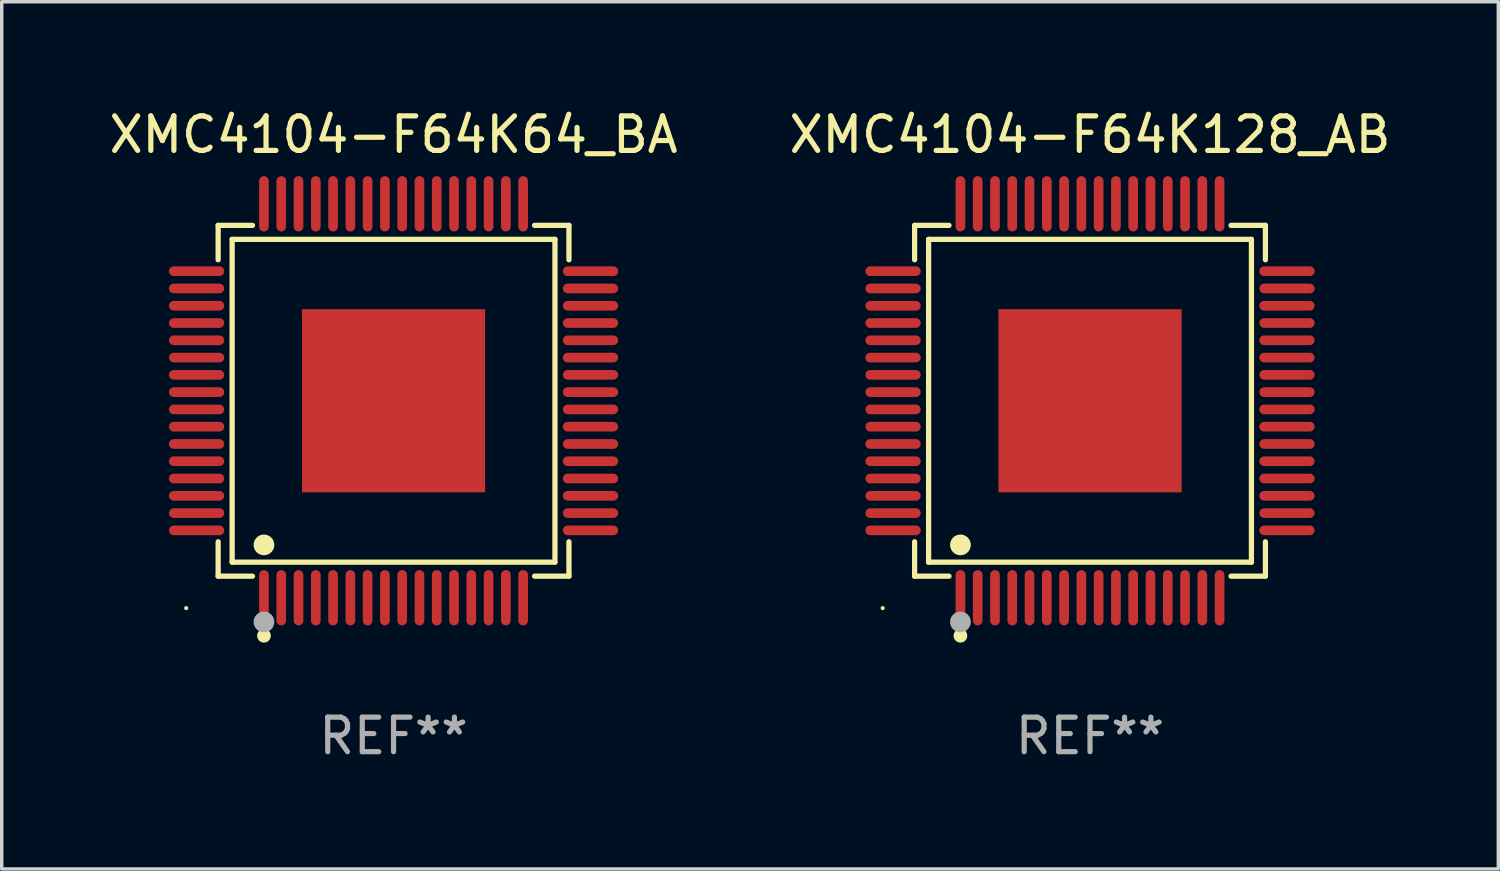
<source format=kicad_pcb>
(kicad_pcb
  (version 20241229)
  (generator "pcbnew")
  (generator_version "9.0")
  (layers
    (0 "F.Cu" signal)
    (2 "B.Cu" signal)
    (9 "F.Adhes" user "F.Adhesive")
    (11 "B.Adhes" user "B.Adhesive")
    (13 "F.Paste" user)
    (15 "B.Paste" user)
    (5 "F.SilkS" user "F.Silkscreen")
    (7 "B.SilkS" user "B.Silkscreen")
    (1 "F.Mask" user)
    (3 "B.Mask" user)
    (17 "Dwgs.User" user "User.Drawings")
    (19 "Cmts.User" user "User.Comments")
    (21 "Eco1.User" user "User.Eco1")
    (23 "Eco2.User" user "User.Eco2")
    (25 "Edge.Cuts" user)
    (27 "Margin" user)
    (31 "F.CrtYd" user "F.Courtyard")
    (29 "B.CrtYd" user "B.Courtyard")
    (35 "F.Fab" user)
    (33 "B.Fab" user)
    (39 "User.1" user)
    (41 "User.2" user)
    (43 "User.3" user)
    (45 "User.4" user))
  (footprint "XMC4104-F64K64_BA"
    (layer "F.Cu")
    (at 8.339 8.548)
    (property "Reference" "XMC4104-F64K64_BA" (at 0 -7.7 0) (layer "F.SilkS") (effects (font (size 1 1) (thickness 0.15))))
    (attr through_hole)
    (fp_line (start -5.076 -5.076) (end -4.081 -5.076) (stroke (width 0.152) (type solid)) (layer "F.SilkS"))
    (fp_line (start -5.076 -4.081) (end -5.076 -5.076) (stroke (width 0.152) (type solid)) (layer "F.SilkS"))
    (fp_line (start -5.076 4.081) (end -5.076 5.076) (stroke (width 0.152) (type solid)) (layer "F.SilkS"))
    (fp_line (start -5.076 5.076) (end -4.081 5.076) (stroke (width 0.152) (type solid)) (layer "F.SilkS"))
    (fp_line (start -4.671 -4.671) (end 4.671 -4.671) (stroke (width 0.152) (type solid)) (layer "F.SilkS"))
    (fp_line (start -4.671 4.671) (end -4.671 -4.671) (stroke (width 0.152) (type solid)) (layer "F.SilkS"))
    (fp_line (start 4.671 -4.671) (end 4.671 4.671) (stroke (width 0.152) (type solid)) (layer "F.SilkS"))
    (fp_line (start 4.671 4.671) (end -4.671 4.671) (stroke (width 0.152) (type solid)) (layer "F.SilkS"))
    (fp_line (start 5.076 -5.076) (end 4.081 -5.076) (stroke (width 0.152) (type solid)) (layer "F.SilkS"))
    (fp_line (start 5.076 -4.081) (end 5.076 -5.076) (stroke (width 0.152) (type solid)) (layer "F.SilkS"))
    (fp_line (start 5.076 4.081) (end 5.076 5.076) (stroke (width 0.152) (type solid)) (layer "F.SilkS"))
    (fp_line (start 5.076 5.076) (end 4.081 5.076) (stroke (width 0.152) (type solid)) (layer "F.SilkS"))
    (fp_circle (center -6 6) (end -5.97 6) (stroke (width 0.06) (type solid)) (fill no) (layer "F.SilkS"))
    (fp_circle (center -3.75 4.171) (end -3.6 4.171) (stroke (width 0.3) (type solid)) (fill no) (layer "F.SilkS"))
    (fp_circle (center -3.75 6.8) (end -3.65 6.8) (stroke (width 0.2) (type solid)) (fill no) (layer "F.SilkS"))
    (fp_circle (center -3.75 6.4) (end -3.6 6.4) (stroke (width 0.3) (type solid)) (fill no) (layer "F.Fab"))
    (fp_text user "REF**" (at 0 9.7 0) (layer "F.Fab") (effects (font (size 1 1) (thickness 0.15))))
    (pad "1" smd oval (at -3.75 5.7) (size 0.28 1.6) (layers "F.Cu" "F.Mask" "F.Paste"))
    (pad "2" smd oval (at -3.25 5.7) (size 0.28 1.6) (layers "F.Cu" "F.Mask" "F.Paste"))
    (pad "3" smd oval (at -2.75 5.7) (size 0.28 1.6) (layers "F.Cu" "F.Mask" "F.Paste"))
    (pad "4" smd oval (at -2.25 5.7) (size 0.28 1.6) (layers "F.Cu" "F.Mask" "F.Paste"))
    (pad "5" smd oval (at -1.75 5.7) (size 0.28 1.6) (layers "F.Cu" "F.Mask" "F.Paste"))
    (pad "6" smd oval (at -1.25 5.7) (size 0.28 1.6) (layers "F.Cu" "F.Mask" "F.Paste"))
    (pad "7" smd oval (at -0.75 5.7) (size 0.28 1.6) (layers "F.Cu" "F.Mask" "F.Paste"))
    (pad "8" smd oval (at -0.25 5.7) (size 0.28 1.6) (layers "F.Cu" "F.Mask" "F.Paste"))
    (pad "9" smd oval (at 0.25 5.7) (size 0.28 1.6) (layers "F.Cu" "F.Mask" "F.Paste"))
    (pad "10" smd oval (at 0.75 5.7) (size 0.28 1.6) (layers "F.Cu" "F.Mask" "F.Paste"))
    (pad "11" smd oval (at 1.25 5.7) (size 0.28 1.6) (layers "F.Cu" "F.Mask" "F.Paste"))
    (pad "12" smd oval (at 1.75 5.7) (size 0.28 1.6) (layers "F.Cu" "F.Mask" "F.Paste"))
    (pad "13" smd oval (at 2.25 5.7) (size 0.28 1.6) (layers "F.Cu" "F.Mask" "F.Paste"))
    (pad "14" smd oval (at 2.75 5.7) (size 0.28 1.6) (layers "F.Cu" "F.Mask" "F.Paste"))
    (pad "15" smd oval (at 3.25 5.7) (size 0.28 1.6) (layers "F.Cu" "F.Mask" "F.Paste"))
    (pad "16" smd oval (at 3.75 5.7) (size 0.28 1.6) (layers "F.Cu" "F.Mask" "F.Paste"))
    (pad "17" smd oval (at 5.7 3.75) (size 1.6 0.28) (layers "F.Cu" "F.Mask" "F.Paste"))
    (pad "18" smd oval (at 5.7 3.25) (size 1.6 0.28) (layers "F.Cu" "F.Mask" "F.Paste"))
    (pad "19" smd oval (at 5.7 2.75) (size 1.6 0.28) (layers "F.Cu" "F.Mask" "F.Paste"))
    (pad "20" smd oval (at 5.7 2.25) (size 1.6 0.28) (layers "F.Cu" "F.Mask" "F.Paste"))
    (pad "21" smd oval (at 5.7 1.75) (size 1.6 0.28) (layers "F.Cu" "F.Mask" "F.Paste"))
    (pad "22" smd oval (at 5.7 1.25) (size 1.6 0.28) (layers "F.Cu" "F.Mask" "F.Paste"))
    (pad "23" smd oval (at 5.7 0.75) (size 1.6 0.28) (layers "F.Cu" "F.Mask" "F.Paste"))
    (pad "24" smd oval (at 5.7 0.25) (size 1.6 0.28) (layers "F.Cu" "F.Mask" "F.Paste"))
    (pad "25" smd oval (at 5.7 -0.25) (size 1.6 0.28) (layers "F.Cu" "F.Mask" "F.Paste"))
    (pad "26" smd oval (at 5.7 -0.75) (size 1.6 0.28) (layers "F.Cu" "F.Mask" "F.Paste"))
    (pad "27" smd oval (at 5.7 -1.25) (size 1.6 0.28) (layers "F.Cu" "F.Mask" "F.Paste"))
    (pad "28" smd oval (at 5.7 -1.75) (size 1.6 0.28) (layers "F.Cu" "F.Mask" "F.Paste"))
    (pad "29" smd oval (at 5.7 -2.25) (size 1.6 0.28) (layers "F.Cu" "F.Mask" "F.Paste"))
    (pad "30" smd oval (at 5.7 -2.75) (size 1.6 0.28) (layers "F.Cu" "F.Mask" "F.Paste"))
    (pad "31" smd oval (at 5.7 -3.25) (size 1.6 0.28) (layers "F.Cu" "F.Mask" "F.Paste"))
    (pad "32" smd oval (at 5.7 -3.75) (size 1.6 0.28) (layers "F.Cu" "F.Mask" "F.Paste"))
    (pad "33" smd oval (at 3.75 -5.7) (size 0.28 1.6) (layers "F.Cu" "F.Mask" "F.Paste"))
    (pad "34" smd oval (at 3.25 -5.7) (size 0.28 1.6) (layers "F.Cu" "F.Mask" "F.Paste"))
    (pad "35" smd oval (at 2.75 -5.7) (size 0.28 1.6) (layers "F.Cu" "F.Mask" "F.Paste"))
    (pad "36" smd oval (at 2.25 -5.7) (size 0.28 1.6) (layers "F.Cu" "F.Mask" "F.Paste"))
    (pad "37" smd oval (at 1.75 -5.7) (size 0.28 1.6) (layers "F.Cu" "F.Mask" "F.Paste"))
    (pad "38" smd oval (at 1.25 -5.7) (size 0.28 1.6) (layers "F.Cu" "F.Mask" "F.Paste"))
    (pad "39" smd oval (at 0.75 -5.7) (size 0.28 1.6) (layers "F.Cu" "F.Mask" "F.Paste"))
    (pad "40" smd oval (at 0.25 -5.7) (size 0.28 1.6) (layers "F.Cu" "F.Mask" "F.Paste"))
    (pad "41" smd oval (at -0.25 -5.7) (size 0.28 1.6) (layers "F.Cu" "F.Mask" "F.Paste"))
    (pad "42" smd oval (at -0.75 -5.7) (size 0.28 1.6) (layers "F.Cu" "F.Mask" "F.Paste"))
    (pad "43" smd oval (at -1.25 -5.7) (size 0.28 1.6) (layers "F.Cu" "F.Mask" "F.Paste"))
    (pad "44" smd oval (at -1.75 -5.7) (size 0.28 1.6) (layers "F.Cu" "F.Mask" "F.Paste"))
    (pad "45" smd oval (at -2.25 -5.7) (size 0.28 1.6) (layers "F.Cu" "F.Mask" "F.Paste"))
    (pad "46" smd oval (at -2.75 -5.7) (size 0.28 1.6) (layers "F.Cu" "F.Mask" "F.Paste"))
    (pad "47" smd oval (at -3.25 -5.7) (size 0.28 1.6) (layers "F.Cu" "F.Mask" "F.Paste"))
    (pad "48" smd oval (at -3.75 -5.7) (size 0.28 1.6) (layers "F.Cu" "F.Mask" "F.Paste"))
    (pad "49" smd oval (at -5.7 -3.75) (size 1.6 0.28) (layers "F.Cu" "F.Mask" "F.Paste"))
    (pad "50" smd oval (at -5.7 -3.25) (size 1.6 0.28) (layers "F.Cu" "F.Mask" "F.Paste"))
    (pad "51" smd oval (at -5.7 -2.75) (size 1.6 0.28) (layers "F.Cu" "F.Mask" "F.Paste"))
    (pad "52" smd oval (at -5.7 -2.25) (size 1.6 0.28) (layers "F.Cu" "F.Mask" "F.Paste"))
    (pad "53" smd oval (at -5.7 -1.75) (size 1.6 0.28) (layers "F.Cu" "F.Mask" "F.Paste"))
    (pad "54" smd oval (at -5.7 -1.25) (size 1.6 0.28) (layers "F.Cu" "F.Mask" "F.Paste"))
    (pad "55" smd oval (at -5.7 -0.75) (size 1.6 0.28) (layers "F.Cu" "F.Mask" "F.Paste"))
    (pad "56" smd oval (at -5.7 -0.25) (size 1.6 0.28) (layers "F.Cu" "F.Mask" "F.Paste"))
    (pad "57" smd oval (at -5.7 0.25) (size 1.6 0.28) (layers "F.Cu" "F.Mask" "F.Paste"))
    (pad "58" smd oval (at -5.7 0.75) (size 1.6 0.28) (layers "F.Cu" "F.Mask" "F.Paste"))
    (pad "59" smd oval (at -5.7 1.25) (size 1.6 0.28) (layers "F.Cu" "F.Mask" "F.Paste"))
    (pad "60" smd oval (at -5.7 1.75) (size 1.6 0.28) (layers "F.Cu" "F.Mask" "F.Paste"))
    (pad "61" smd oval (at -5.7 2.25) (size 1.6 0.28) (layers "F.Cu" "F.Mask" "F.Paste"))
    (pad "62" smd oval (at -5.7 2.75) (size 1.6 0.28) (layers "F.Cu" "F.Mask" "F.Paste"))
    (pad "63" smd oval (at -5.7 3.25) (size 1.6 0.28) (layers "F.Cu" "F.Mask" "F.Paste"))
    (pad "64" smd oval (at -5.7 3.75) (size 1.6 0.28) (layers "F.Cu" "F.Mask" "F.Paste"))
    (pad "65" smd rect (at 0 0) (size 5.3 5.3) (layers "F.Cu" "F.Mask" "F.Paste")))
  (footprint "XMC4104-F64K128_AB"
    (layer "F.Cu")
    (at 28.494 8.548)
    (property "Reference" "XMC4104-F64K128_AB" (at 0 -7.7 0) (layer "F.SilkS") (effects (font (size 1 1) (thickness 0.15))))
    (attr through_hole)
    (fp_line (start -5.076 -5.076) (end -4.081 -5.076) (stroke (width 0.152) (type solid)) (layer "F.SilkS"))
    (fp_line (start -5.076 -4.081) (end -5.076 -5.076) (stroke (width 0.152) (type solid)) (layer "F.SilkS"))
    (fp_line (start -5.076 4.081) (end -5.076 5.076) (stroke (width 0.152) (type solid)) (layer "F.SilkS"))
    (fp_line (start -5.076 5.076) (end -4.081 5.076) (stroke (width 0.152) (type solid)) (layer "F.SilkS"))
    (fp_line (start -4.671 -4.671) (end 4.671 -4.671) (stroke (width 0.152) (type solid)) (layer "F.SilkS"))
    (fp_line (start -4.671 4.671) (end -4.671 -4.671) (stroke (width 0.152) (type solid)) (layer "F.SilkS"))
    (fp_line (start 4.671 -4.671) (end 4.671 4.671) (stroke (width 0.152) (type solid)) (layer "F.SilkS"))
    (fp_line (start 4.671 4.671) (end -4.671 4.671) (stroke (width 0.152) (type solid)) (layer "F.SilkS"))
    (fp_line (start 5.076 -5.076) (end 4.081 -5.076) (stroke (width 0.152) (type solid)) (layer "F.SilkS"))
    (fp_line (start 5.076 -4.081) (end 5.076 -5.076) (stroke (width 0.152) (type solid)) (layer "F.SilkS"))
    (fp_line (start 5.076 4.081) (end 5.076 5.076) (stroke (width 0.152) (type solid)) (layer "F.SilkS"))
    (fp_line (start 5.076 5.076) (end 4.081 5.076) (stroke (width 0.152) (type solid)) (layer "F.SilkS"))
    (fp_circle (center -6 6) (end -5.97 6) (stroke (width 0.06) (type solid)) (fill no) (layer "F.SilkS"))
    (fp_circle (center -3.75 4.171) (end -3.6 4.171) (stroke (width 0.3) (type solid)) (fill no) (layer "F.SilkS"))
    (fp_circle (center -3.75 6.8) (end -3.65 6.8) (stroke (width 0.2) (type solid)) (fill no) (layer "F.SilkS"))
    (fp_circle (center -3.75 6.4) (end -3.6 6.4) (stroke (width 0.3) (type solid)) (fill no) (layer "F.Fab"))
    (fp_text user "REF**" (at 0 9.7 0) (layer "F.Fab") (effects (font (size 1 1) (thickness 0.15))))
    (pad "1" smd oval (at -3.75 5.7) (size 0.28 1.6) (layers "F.Cu" "F.Mask" "F.Paste"))
    (pad "2" smd oval (at -3.25 5.7) (size 0.28 1.6) (layers "F.Cu" "F.Mask" "F.Paste"))
    (pad "3" smd oval (at -2.75 5.7) (size 0.28 1.6) (layers "F.Cu" "F.Mask" "F.Paste"))
    (pad "4" smd oval (at -2.25 5.7) (size 0.28 1.6) (layers "F.Cu" "F.Mask" "F.Paste"))
    (pad "5" smd oval (at -1.75 5.7) (size 0.28 1.6) (layers "F.Cu" "F.Mask" "F.Paste"))
    (pad "6" smd oval (at -1.25 5.7) (size 0.28 1.6) (layers "F.Cu" "F.Mask" "F.Paste"))
    (pad "7" smd oval (at -0.75 5.7) (size 0.28 1.6) (layers "F.Cu" "F.Mask" "F.Paste"))
    (pad "8" smd oval (at -0.25 5.7) (size 0.28 1.6) (layers "F.Cu" "F.Mask" "F.Paste"))
    (pad "9" smd oval (at 0.25 5.7) (size 0.28 1.6) (layers "F.Cu" "F.Mask" "F.Paste"))
    (pad "10" smd oval (at 0.75 5.7) (size 0.28 1.6) (layers "F.Cu" "F.Mask" "F.Paste"))
    (pad "11" smd oval (at 1.25 5.7) (size 0.28 1.6) (layers "F.Cu" "F.Mask" "F.Paste"))
    (pad "12" smd oval (at 1.75 5.7) (size 0.28 1.6) (layers "F.Cu" "F.Mask" "F.Paste"))
    (pad "13" smd oval (at 2.25 5.7) (size 0.28 1.6) (layers "F.Cu" "F.Mask" "F.Paste"))
    (pad "14" smd oval (at 2.75 5.7) (size 0.28 1.6) (layers "F.Cu" "F.Mask" "F.Paste"))
    (pad "15" smd oval (at 3.25 5.7) (size 0.28 1.6) (layers "F.Cu" "F.Mask" "F.Paste"))
    (pad "16" smd oval (at 3.75 5.7) (size 0.28 1.6) (layers "F.Cu" "F.Mask" "F.Paste"))
    (pad "17" smd oval (at 5.7 3.75) (size 1.6 0.28) (layers "F.Cu" "F.Mask" "F.Paste"))
    (pad "18" smd oval (at 5.7 3.25) (size 1.6 0.28) (layers "F.Cu" "F.Mask" "F.Paste"))
    (pad "19" smd oval (at 5.7 2.75) (size 1.6 0.28) (layers "F.Cu" "F.Mask" "F.Paste"))
    (pad "20" smd oval (at 5.7 2.25) (size 1.6 0.28) (layers "F.Cu" "F.Mask" "F.Paste"))
    (pad "21" smd oval (at 5.7 1.75) (size 1.6 0.28) (layers "F.Cu" "F.Mask" "F.Paste"))
    (pad "22" smd oval (at 5.7 1.25) (size 1.6 0.28) (layers "F.Cu" "F.Mask" "F.Paste"))
    (pad "23" smd oval (at 5.7 0.75) (size 1.6 0.28) (layers "F.Cu" "F.Mask" "F.Paste"))
    (pad "24" smd oval (at 5.7 0.25) (size 1.6 0.28) (layers "F.Cu" "F.Mask" "F.Paste"))
    (pad "25" smd oval (at 5.7 -0.25) (size 1.6 0.28) (layers "F.Cu" "F.Mask" "F.Paste"))
    (pad "26" smd oval (at 5.7 -0.75) (size 1.6 0.28) (layers "F.Cu" "F.Mask" "F.Paste"))
    (pad "27" smd oval (at 5.7 -1.25) (size 1.6 0.28) (layers "F.Cu" "F.Mask" "F.Paste"))
    (pad "28" smd oval (at 5.7 -1.75) (size 1.6 0.28) (layers "F.Cu" "F.Mask" "F.Paste"))
    (pad "29" smd oval (at 5.7 -2.25) (size 1.6 0.28) (layers "F.Cu" "F.Mask" "F.Paste"))
    (pad "30" smd oval (at 5.7 -2.75) (size 1.6 0.28) (layers "F.Cu" "F.Mask" "F.Paste"))
    (pad "31" smd oval (at 5.7 -3.25) (size 1.6 0.28) (layers "F.Cu" "F.Mask" "F.Paste"))
    (pad "32" smd oval (at 5.7 -3.75) (size 1.6 0.28) (layers "F.Cu" "F.Mask" "F.Paste"))
    (pad "33" smd oval (at 3.75 -5.7) (size 0.28 1.6) (layers "F.Cu" "F.Mask" "F.Paste"))
    (pad "34" smd oval (at 3.25 -5.7) (size 0.28 1.6) (layers "F.Cu" "F.Mask" "F.Paste"))
    (pad "35" smd oval (at 2.75 -5.7) (size 0.28 1.6) (layers "F.Cu" "F.Mask" "F.Paste"))
    (pad "36" smd oval (at 2.25 -5.7) (size 0.28 1.6) (layers "F.Cu" "F.Mask" "F.Paste"))
    (pad "37" smd oval (at 1.75 -5.7) (size 0.28 1.6) (layers "F.Cu" "F.Mask" "F.Paste"))
    (pad "38" smd oval (at 1.25 -5.7) (size 0.28 1.6) (layers "F.Cu" "F.Mask" "F.Paste"))
    (pad "39" smd oval (at 0.75 -5.7) (size 0.28 1.6) (layers "F.Cu" "F.Mask" "F.Paste"))
    (pad "40" smd oval (at 0.25 -5.7) (size 0.28 1.6) (layers "F.Cu" "F.Mask" "F.Paste"))
    (pad "41" smd oval (at -0.25 -5.7) (size 0.28 1.6) (layers "F.Cu" "F.Mask" "F.Paste"))
    (pad "42" smd oval (at -0.75 -5.7) (size 0.28 1.6) (layers "F.Cu" "F.Mask" "F.Paste"))
    (pad "43" smd oval (at -1.25 -5.7) (size 0.28 1.6) (layers "F.Cu" "F.Mask" "F.Paste"))
    (pad "44" smd oval (at -1.75 -5.7) (size 0.28 1.6) (layers "F.Cu" "F.Mask" "F.Paste"))
    (pad "45" smd oval (at -2.25 -5.7) (size 0.28 1.6) (layers "F.Cu" "F.Mask" "F.Paste"))
    (pad "46" smd oval (at -2.75 -5.7) (size 0.28 1.6) (layers "F.Cu" "F.Mask" "F.Paste"))
    (pad "47" smd oval (at -3.25 -5.7) (size 0.28 1.6) (layers "F.Cu" "F.Mask" "F.Paste"))
    (pad "48" smd oval (at -3.75 -5.7) (size 0.28 1.6) (layers "F.Cu" "F.Mask" "F.Paste"))
    (pad "49" smd oval (at -5.7 -3.75) (size 1.6 0.28) (layers "F.Cu" "F.Mask" "F.Paste"))
    (pad "50" smd oval (at -5.7 -3.25) (size 1.6 0.28) (layers "F.Cu" "F.Mask" "F.Paste"))
    (pad "51" smd oval (at -5.7 -2.75) (size 1.6 0.28) (layers "F.Cu" "F.Mask" "F.Paste"))
    (pad "52" smd oval (at -5.7 -2.25) (size 1.6 0.28) (layers "F.Cu" "F.Mask" "F.Paste"))
    (pad "53" smd oval (at -5.7 -1.75) (size 1.6 0.28) (layers "F.Cu" "F.Mask" "F.Paste"))
    (pad "54" smd oval (at -5.7 -1.25) (size 1.6 0.28) (layers "F.Cu" "F.Mask" "F.Paste"))
    (pad "55" smd oval (at -5.7 -0.75) (size 1.6 0.28) (layers "F.Cu" "F.Mask" "F.Paste"))
    (pad "56" smd oval (at -5.7 -0.25) (size 1.6 0.28) (layers "F.Cu" "F.Mask" "F.Paste"))
    (pad "57" smd oval (at -5.7 0.25) (size 1.6 0.28) (layers "F.Cu" "F.Mask" "F.Paste"))
    (pad "58" smd oval (at -5.7 0.75) (size 1.6 0.28) (layers "F.Cu" "F.Mask" "F.Paste"))
    (pad "59" smd oval (at -5.7 1.25) (size 1.6 0.28) (layers "F.Cu" "F.Mask" "F.Paste"))
    (pad "60" smd oval (at -5.7 1.75) (size 1.6 0.28) (layers "F.Cu" "F.Mask" "F.Paste"))
    (pad "61" smd oval (at -5.7 2.25) (size 1.6 0.28) (layers "F.Cu" "F.Mask" "F.Paste"))
    (pad "62" smd oval (at -5.7 2.75) (size 1.6 0.28) (layers "F.Cu" "F.Mask" "F.Paste"))
    (pad "63" smd oval (at -5.7 3.25) (size 1.6 0.28) (layers "F.Cu" "F.Mask" "F.Paste"))
    (pad "64" smd oval (at -5.7 3.75) (size 1.6 0.28) (layers "F.Cu" "F.Mask" "F.Paste"))
    (pad "65" smd rect (at 0 0) (size 5.3 5.3) (layers "F.Cu" "F.Mask" "F.Paste")))
  (gr_rect
    (start -3 -3)
    (end 40.31 22.097)
    (stroke (width 0.1) (type default))
    (fill no)
    (layer "Edge.Cuts")))
</source>
